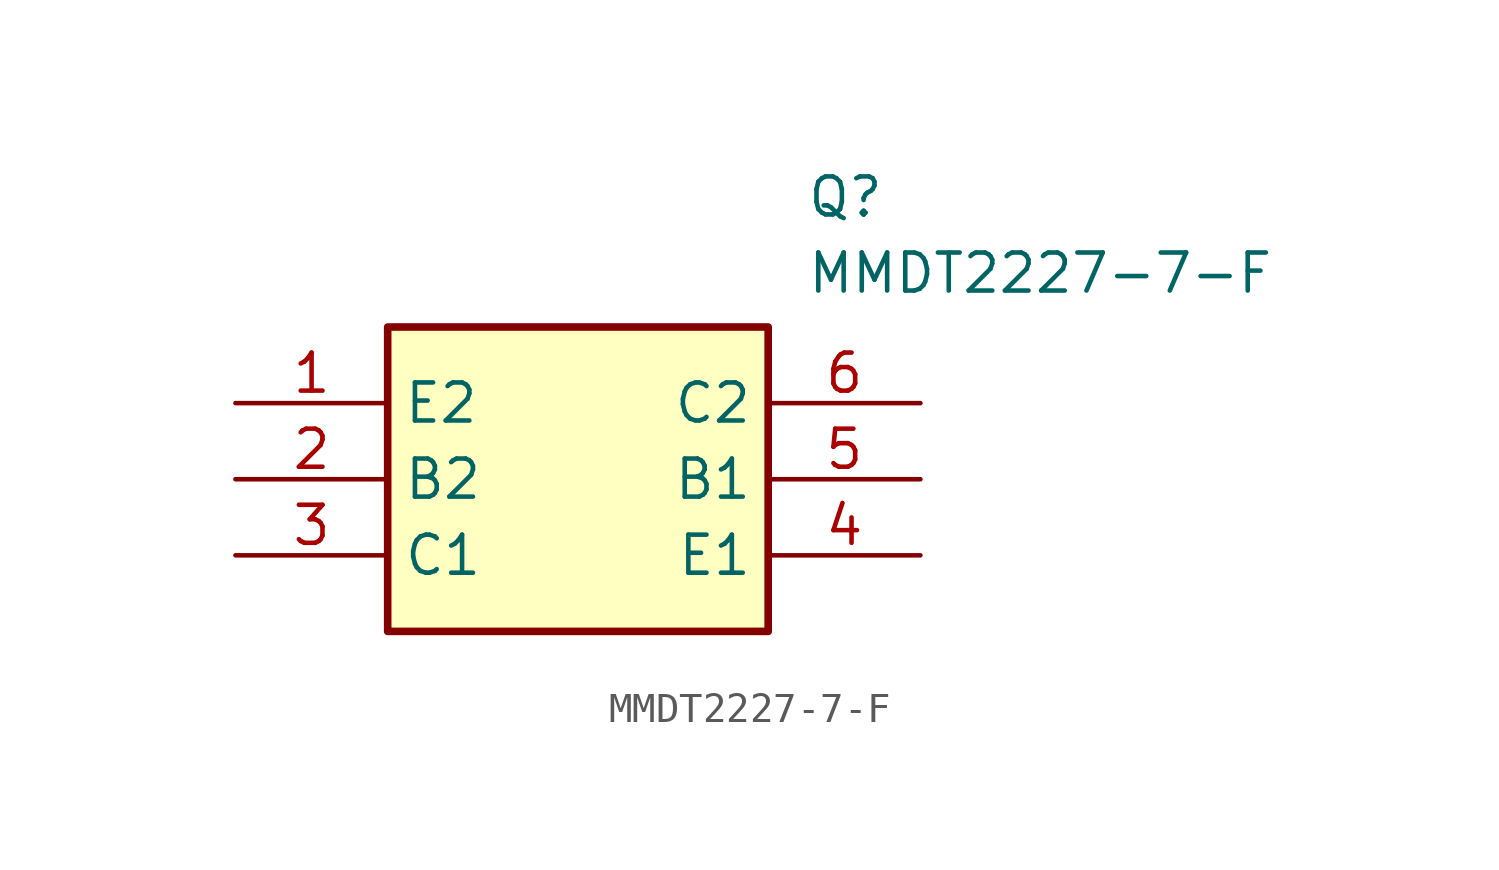
<source format=kicad_sym>
(kicad_symbol_lib
  (version 20211014)
  (generator SamacSys_ECAD_Model)
  (symbol "MMDT2227-7-F"
    (property "Reference" "Q"
      (at 19.05 7.62 0)
      (effects (font (size 1.27 1.27)) (justify left top)))
    (property "Value" "MMDT2227-7-F"
      (at 19.05 5.08 0)
      (effects (font (size 1.27 1.27)) (justify left top)))
    (rectangle
      (start 5.08 2.54)
      (end 17.78 -7.62)
      (stroke (width 0.254) (type default))
      (fill (type background)))
    (pin passive line
      (at 0 0 0)
      (length 5.08)
      (name "E2" (effects (font (size 1.27 1.27))))
      (number "1" (effects (font (size 1.27 1.27)))))
    (pin passive line
      (at 0 -2.54 0)
      (length 5.08)
      (name "B2" (effects (font (size 1.27 1.27))))
      (number "2" (effects (font (size 1.27 1.27)))))
    (pin passive line
      (at 0 -5.08 0)
      (length 5.08)
      (name "C1" (effects (font (size 1.27 1.27))))
      (number "3" (effects (font (size 1.27 1.27)))))
    (pin passive line
      (at 22.86 0 180)
      (length 5.08)
      (name "C2" (effects (font (size 1.27 1.27))))
      (number "6" (effects (font (size 1.27 1.27)))))
    (pin passive line
      (at 22.86 -2.54 180)
      (length 5.08)
      (name "B1" (effects (font (size 1.27 1.27))))
      (number "5" (effects (font (size 1.27 1.27)))))
    (pin passive line
      (at 22.86 -5.08 180)
      (length 5.08)
      (name "E1" (effects (font (size 1.27 1.27))))
      (number "4" (effects (font (size 1.27 1.27)))))))
</source>
